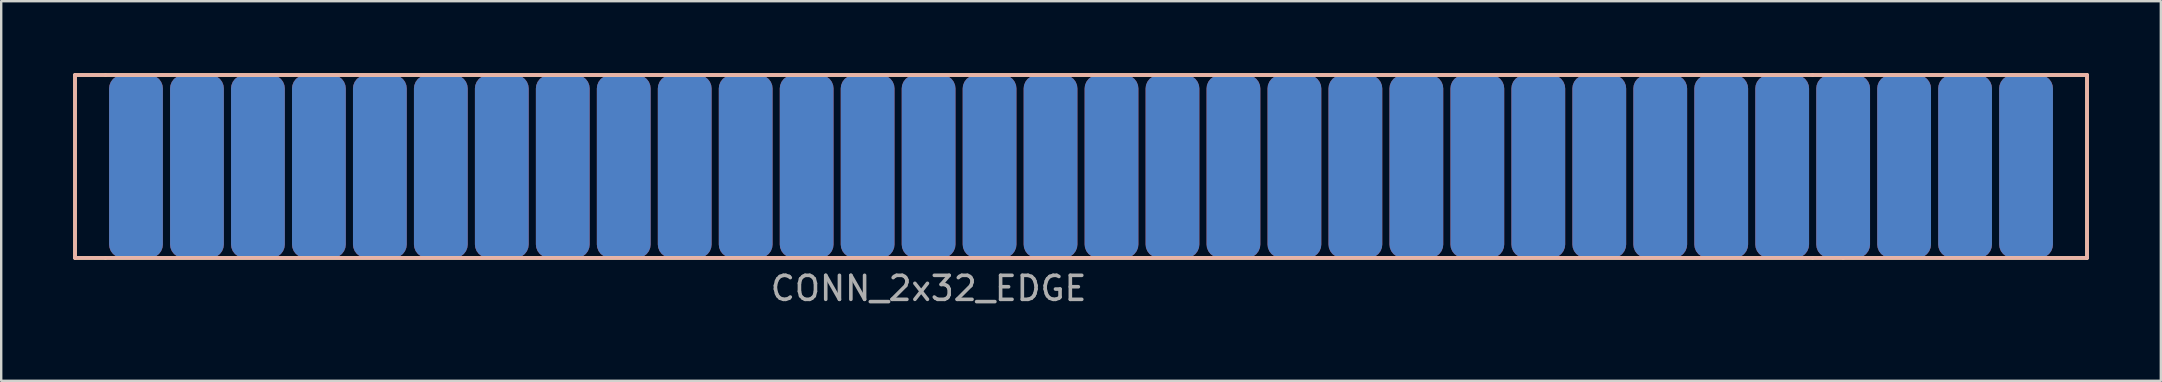
<source format=kicad_pcb>
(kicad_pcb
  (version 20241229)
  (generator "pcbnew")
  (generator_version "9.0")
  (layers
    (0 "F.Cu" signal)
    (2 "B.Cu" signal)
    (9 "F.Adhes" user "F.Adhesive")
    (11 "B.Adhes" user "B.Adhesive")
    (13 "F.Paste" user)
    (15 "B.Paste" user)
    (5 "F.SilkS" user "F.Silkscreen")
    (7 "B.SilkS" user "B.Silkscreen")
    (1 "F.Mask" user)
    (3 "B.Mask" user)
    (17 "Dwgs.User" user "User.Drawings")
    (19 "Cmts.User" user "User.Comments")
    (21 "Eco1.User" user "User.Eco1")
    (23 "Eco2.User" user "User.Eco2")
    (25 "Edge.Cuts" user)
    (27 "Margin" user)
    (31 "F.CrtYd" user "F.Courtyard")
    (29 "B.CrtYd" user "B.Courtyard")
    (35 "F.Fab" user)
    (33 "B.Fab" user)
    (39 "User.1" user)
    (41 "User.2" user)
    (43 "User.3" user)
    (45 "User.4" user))
  (footprint "CONN_2x32_EDGE"
    (layer "F.Cu")
    (at 35.635 3.885)
    (property "Reference" "CONN_2x32_EDGE" (at 0 5.08 0) (layer "F.Fab") (effects (font (size 1 1) (thickness 0.15))))
    (attr through_hole)
    (fp_line (start -35.56 -3.81) (end -35.56 3.81) (stroke (width 0.15) (type solid)) (layer "F.SilkS"))
    (fp_line (start -34.29 -3.81) (end -35.56 -3.81) (stroke (width 0.15) (type solid)) (layer "F.SilkS"))
    (fp_line (start -34.29 -3.81) (end 36.83 -3.81) (stroke (width 0.15) (type solid)) (layer "F.SilkS"))
    (fp_line (start -34.29 3.81) (end -35.56 3.81) (stroke (width 0.15) (type solid)) (layer "F.SilkS"))
    (fp_line (start 36.83 3.81) (end -34.29 3.81) (stroke (width 0.15) (type solid)) (layer "F.SilkS"))
    (fp_line (start 38.1 -3.81) (end 36.83 -3.81) (stroke (width 0.15) (type solid)) (layer "F.SilkS"))
    (fp_line (start 38.1 -3.81) (end 48.26 -3.81) (stroke (width 0.15) (type solid)) (layer "F.SilkS"))
    (fp_line (start 38.1 3.81) (end 36.83 3.81) (stroke (width 0.15) (type solid)) (layer "F.SilkS"))
    (fp_line (start 48.26 -3.81) (end 48.26 3.81) (stroke (width 0.15) (type solid)) (layer "F.SilkS"))
    (fp_line (start 48.26 3.81) (end 38.1 3.81) (stroke (width 0.15) (type solid)) (layer "F.SilkS"))
    (fp_line (start -35.56 -3.81) (end 38.1 -3.81) (stroke (width 0.15) (type solid)) (layer "B.SilkS"))
    (fp_line (start -35.56 3.81) (end -35.56 -3.81) (stroke (width 0.15) (type solid)) (layer "B.SilkS"))
    (fp_line (start 38.1 -3.81) (end 48.26 -3.81) (stroke (width 0.15) (type solid)) (layer "B.SilkS"))
    (fp_line (start 38.1 3.81) (end -35.56 3.81) (stroke (width 0.15) (type solid)) (layer "B.SilkS"))
    (fp_line (start 48.26 -3.81) (end 48.26 3.81) (stroke (width 0.15) (type solid)) (layer "B.SilkS"))
    (fp_line (start 48.26 3.81) (end 38.1 3.81) (stroke (width 0.15) (type solid)) (layer "B.SilkS"))
    (pad "a1" connect roundrect (at -33.02 0) (size 2.24 7.62) (layers "F.Cu" "F.Mask" "F.Paste") (roundrect_rratio 0.25))
    (pad "a2" connect roundrect (at -30.48 0) (size 2.24 7.62) (layers "F.Cu" "F.Mask" "F.Paste") (roundrect_rratio 0.25))
    (pad "a3" connect roundrect (at -27.94 0) (size 2.24 7.62) (layers "F.Cu" "F.Mask" "F.Paste") (roundrect_rratio 0.25))
    (pad "a4" connect roundrect (at -25.4 0) (size 2.24 7.62) (layers "F.Cu" "F.Mask" "F.Paste") (roundrect_rratio 0.25))
    (pad "a5" connect roundrect (at -22.86 0) (size 2.24 7.62) (layers "F.Cu" "F.Mask" "F.Paste") (roundrect_rratio 0.25))
    (pad "a6" connect roundrect (at -20.32 0) (size 2.24 7.62) (layers "F.Cu" "F.Mask" "F.Paste") (roundrect_rratio 0.25))
    (pad "a7" connect roundrect (at -17.78 0) (size 2.24 7.62) (layers "F.Cu" "F.Mask" "F.Paste") (roundrect_rratio 0.25))
    (pad "a8" connect roundrect (at -15.24 0) (size 2.24 7.62) (layers "F.Cu" "F.Mask" "F.Paste") (roundrect_rratio 0.25))
    (pad "a9" connect roundrect (at -12.7 0) (size 2.24 7.62) (layers "F.Cu" "F.Mask" "F.Paste") (roundrect_rratio 0.25))
    (pad "a10" connect roundrect (at -10.16 0) (size 2.24 7.62) (layers "F.Cu" "F.Mask" "F.Paste") (roundrect_rratio 0.25))
    (pad "a11" connect roundrect (at -7.62 0) (size 2.24 7.62) (layers "F.Cu" "F.Mask" "F.Paste") (roundrect_rratio 0.25))
    (pad "a12" connect roundrect (at -5.08 0) (size 2.24 7.62) (layers "F.Cu" "F.Mask" "F.Paste") (roundrect_rratio 0.25))
    (pad "a13" connect roundrect (at -2.54 0) (size 2.24 7.62) (layers "F.Cu" "F.Mask" "F.Paste") (roundrect_rratio 0.25))
    (pad "a14" connect roundrect (at 0 0) (size 2.24 7.62) (layers "F.Cu" "F.Mask" "F.Paste") (roundrect_rratio 0.25))
    (pad "a15" connect roundrect (at 2.54 0) (size 2.24 7.62) (layers "F.Cu" "F.Mask" "F.Paste") (roundrect_rratio 0.25))
    (pad "a16" connect roundrect (at 5.08 0) (size 2.24 7.62) (layers "F.Cu" "F.Mask" "F.Paste") (roundrect_rratio 0.25))
    (pad "a17" connect roundrect (at 7.62 0) (size 2.24 7.62) (layers "F.Cu" "F.Mask" "F.Paste") (roundrect_rratio 0.25))
    (pad "a18" connect roundrect (at 10.16 0) (size 2.24 7.62) (layers "F.Cu" "F.Mask" "F.Paste") (roundrect_rratio 0.25))
    (pad "a19" connect roundrect (at 12.7 0) (size 2.24 7.62) (layers "F.Cu" "F.Mask" "F.Paste") (roundrect_rratio 0.25))
    (pad "a20" connect roundrect (at 15.24 0) (size 2.24 7.62) (layers "F.Cu" "F.Mask" "F.Paste") (roundrect_rratio 0.25))
    (pad "a21" connect roundrect (at 17.78 0) (size 2.24 7.62) (layers "F.Cu" "F.Mask" "F.Paste") (roundrect_rratio 0.25))
    (pad "a22" connect roundrect (at 20.32 0) (size 2.24 7.62) (layers "F.Cu" "F.Mask" "F.Paste") (roundrect_rratio 0.25))
    (pad "a23" connect roundrect (at 22.86 0) (size 2.24 7.62) (layers "F.Cu" "F.Mask" "F.Paste") (roundrect_rratio 0.25))
    (pad "a24" connect roundrect (at 25.4 0) (size 2.24 7.62) (layers "F.Cu" "F.Mask" "F.Paste") (roundrect_rratio 0.25))
    (pad "a25" connect roundrect (at 27.94 0) (size 2.24 7.62) (layers "F.Cu" "F.Mask" "F.Paste") (roundrect_rratio 0.25))
    (pad "a26" connect roundrect (at 30.48 0) (size 2.24 7.62) (layers "F.Cu" "F.Mask" "F.Paste") (roundrect_rratio 0.25))
    (pad "a27" connect roundrect (at 33.02 0) (size 2.24 7.62) (layers "F.Cu" "F.Mask" "F.Paste") (roundrect_rratio 0.25))
    (pad "a28" connect roundrect (at 35.56 0) (size 2.24 7.62) (layers "F.Cu" "F.Mask" "F.Paste") (roundrect_rratio 0.25))
    (pad "a29" connect roundrect (at 38.1 0) (size 2.24 7.62) (layers "F.Cu" "F.Mask" "F.Paste") (roundrect_rratio 0.25))
    (pad "a30" connect roundrect (at 40.64 0) (size 2.24 7.62) (layers "F.Cu" "F.Mask" "F.Paste") (roundrect_rratio 0.25))
    (pad "a31" connect roundrect (at 43.18 0) (size 2.24 7.62) (layers "F.Cu" "F.Mask" "F.Paste") (roundrect_rratio 0.25))
    (pad "a32" connect roundrect (at 45.72 0) (size 2.24 7.62) (layers "F.Cu" "F.Mask" "F.Paste") (roundrect_rratio 0.25))
    (pad "b1" connect roundrect (at -33.02 0) (size 2.24 7.62) (layers "B.Cu" "B.Mask" "B.Paste") (roundrect_rratio 0.25))
    (pad "b2" connect roundrect (at -30.48 0) (size 2.24 7.62) (layers "B.Cu" "B.Mask" "B.Paste") (roundrect_rratio 0.25))
    (pad "b3" connect roundrect (at -27.94 0) (size 2.24 7.62) (layers "B.Cu" "B.Mask" "B.Paste") (roundrect_rratio 0.25))
    (pad "b4" connect roundrect (at -25.4 0) (size 2.24 7.62) (layers "B.Cu" "B.Mask" "B.Paste") (roundrect_rratio 0.25))
    (pad "b5" connect roundrect (at -22.86 0) (size 2.24 7.62) (layers "B.Cu" "B.Mask" "B.Paste") (roundrect_rratio 0.25))
    (pad "b6" connect roundrect (at -20.32 0) (size 2.24 7.62) (layers "B.Cu" "B.Mask" "B.Paste") (roundrect_rratio 0.25))
    (pad "b7" connect roundrect (at -17.78 0) (size 2.24 7.62) (layers "B.Cu" "B.Mask" "B.Paste") (roundrect_rratio 0.25))
    (pad "b8" connect roundrect (at -15.24 0) (size 2.24 7.62) (layers "B.Cu" "B.Mask" "B.Paste") (roundrect_rratio 0.25))
    (pad "b9" connect roundrect (at -12.7 0) (size 2.24 7.62) (layers "B.Cu" "B.Mask" "B.Paste") (roundrect_rratio 0.25))
    (pad "b10" connect roundrect (at -10.16 0) (size 2.24 7.62) (layers "B.Cu" "B.Mask" "B.Paste") (roundrect_rratio 0.25))
    (pad "b11" connect roundrect (at -7.62 0) (size 2.24 7.62) (layers "B.Cu" "B.Mask" "B.Paste") (roundrect_rratio 0.25))
    (pad "b12" connect roundrect (at -5.08 0) (size 2.24 7.62) (layers "B.Cu" "B.Mask" "B.Paste") (roundrect_rratio 0.25))
    (pad "b13" connect roundrect (at -2.54 0) (size 2.24 7.62) (layers "B.Cu" "B.Mask" "B.Paste") (roundrect_rratio 0.25))
    (pad "b14" connect roundrect (at 0 0) (size 2.24 7.62) (layers "B.Cu" "B.Mask" "B.Paste") (roundrect_rratio 0.25))
    (pad "b15" connect roundrect (at 2.54 0) (size 2.24 7.62) (layers "B.Cu" "B.Mask" "B.Paste") (roundrect_rratio 0.25))
    (pad "b16" connect roundrect (at 5.08 0) (size 2.24 7.62) (layers "B.Cu" "B.Mask" "B.Paste") (roundrect_rratio 0.25))
    (pad "b17" connect roundrect (at 7.62 0) (size 2.24 7.62) (layers "B.Cu" "B.Mask" "B.Paste") (roundrect_rratio 0.25))
    (pad "b18" connect roundrect (at 10.16 0) (size 2.24 7.62) (layers "B.Cu" "B.Mask" "B.Paste") (roundrect_rratio 0.25))
    (pad "b19" connect roundrect (at 12.7 0) (size 2.24 7.62) (layers "B.Cu" "B.Mask" "B.Paste") (roundrect_rratio 0.25))
    (pad "b20" connect roundrect (at 15.24 0) (size 2.24 7.62) (layers "B.Cu" "B.Mask" "B.Paste") (roundrect_rratio 0.25))
    (pad "b21" connect roundrect (at 17.78 0) (size 2.24 7.62) (layers "B.Cu" "B.Mask" "B.Paste") (roundrect_rratio 0.25))
    (pad "b22" connect roundrect (at 20.32 0) (size 2.24 7.62) (layers "B.Cu" "B.Mask" "B.Paste") (roundrect_rratio 0.25))
    (pad "b23" connect roundrect (at 22.86 0) (size 2.24 7.62) (layers "B.Cu" "B.Mask" "B.Paste") (roundrect_rratio 0.25))
    (pad "b24" connect roundrect (at 25.4 0) (size 2.24 7.62) (layers "B.Cu" "B.Mask" "B.Paste") (roundrect_rratio 0.25))
    (pad "b25" connect roundrect (at 27.94 0) (size 2.24 7.62) (layers "B.Cu" "B.Mask" "B.Paste") (roundrect_rratio 0.25))
    (pad "b26" connect roundrect (at 30.48 0) (size 2.24 7.62) (layers "B.Cu" "B.Mask" "B.Paste") (roundrect_rratio 0.25))
    (pad "b27" connect roundrect (at 33.02 0) (size 2.24 7.62) (layers "B.Cu" "B.Mask" "B.Paste") (roundrect_rratio 0.25))
    (pad "b28" connect roundrect (at 35.56 0) (size 2.24 7.62) (layers "B.Cu" "B.Mask" "B.Paste") (roundrect_rratio 0.25))
    (pad "b29" connect roundrect (at 38.1 0) (size 2.24 7.62) (layers "B.Cu" "B.Mask" "B.Paste") (roundrect_rratio 0.25))
    (pad "b30" connect roundrect (at 40.64 0) (size 2.24 7.62) (layers "B.Cu" "B.Mask" "B.Paste") (roundrect_rratio 0.25))
    (pad "b31" connect roundrect (at 43.18 0) (size 2.24 7.62) (layers "B.Cu" "B.Mask" "B.Paste") (roundrect_rratio 0.25))
    (pad "b32" connect roundrect (at 45.72 0) (size 2.24 7.62) (layers "B.Cu" "B.Mask" "B.Paste") (roundrect_rratio 0.25)))
  (gr_rect
    (start -3 -3)
    (end 86.97 12.813)
    (stroke (width 0.1) (type default))
    (fill no)
    (layer "Edge.Cuts")))
</source>
